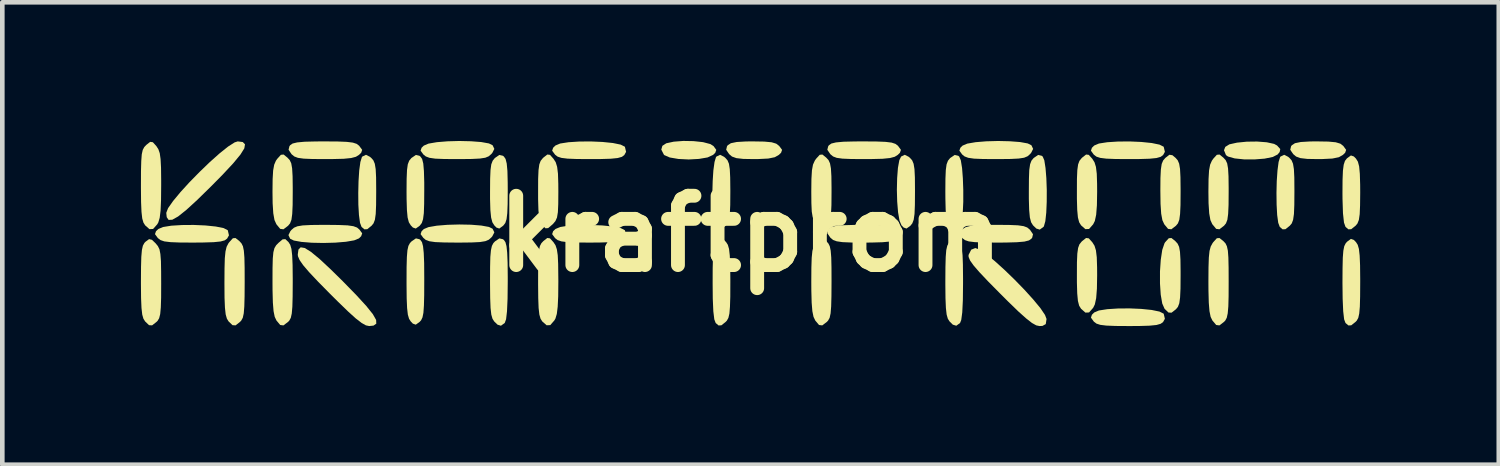
<source format=kicad_pcb>
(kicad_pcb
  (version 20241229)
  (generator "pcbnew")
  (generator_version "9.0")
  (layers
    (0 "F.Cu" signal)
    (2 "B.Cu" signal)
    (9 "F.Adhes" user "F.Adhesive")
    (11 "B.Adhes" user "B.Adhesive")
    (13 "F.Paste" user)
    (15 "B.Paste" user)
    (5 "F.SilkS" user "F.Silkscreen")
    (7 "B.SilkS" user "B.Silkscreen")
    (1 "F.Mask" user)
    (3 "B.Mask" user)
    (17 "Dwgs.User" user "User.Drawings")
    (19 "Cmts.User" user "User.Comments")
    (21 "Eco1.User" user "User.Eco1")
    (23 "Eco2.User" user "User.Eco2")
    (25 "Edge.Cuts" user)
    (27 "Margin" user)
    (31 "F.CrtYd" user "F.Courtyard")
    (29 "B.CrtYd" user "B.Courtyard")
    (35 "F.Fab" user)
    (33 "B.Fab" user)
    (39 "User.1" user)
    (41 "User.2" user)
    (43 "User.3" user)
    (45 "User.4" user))
  (footprint "kraftprom"
    (layer "F.Cu")
    (at 13.193 2.008)
    (property "Reference" "kraftprom" (at 0 0 0) (layer "F.SilkS") (effects (font (size 1.5 1.5) (thickness 0.3))))
    (attr board_only exclude_from_pos_files exclude_from_bom)
    (fp_poly (pts (xy -1.234 -2.004) (xy -1.029 -1.982) (xy -0.87 -1.94) (xy -0.802 -1.897) (xy -0.742 -1.815) (xy -0.764 -1.752) (xy -0.811 -1.706) (xy -0.93 -1.651) (xy -1.117 -1.619) (xy -1.339 -1.607) (xy -1.561 -1.618) (xy -1.749 -1.65) (xy -1.868 -1.702) (xy -1.876 -1.711) (xy -1.932 -1.82) (xy -1.909 -1.902) (xy -1.825 -1.957) (xy -1.663 -1.992) (xy -1.456 -2.008)) (stroke (width 0) (type solid)) (fill yes) (layer "F.SilkS"))
    (fp_poly (pts (xy 11.17 -1.979) (xy 11.33 -1.944) (xy 11.394 -1.909) (xy 11.463 -1.832) (xy 11.45 -1.768) (xy 11.406 -1.715) (xy 11.301 -1.661) (xy 11.123 -1.625) (xy 10.905 -1.608) (xy 10.678 -1.609) (xy 10.476 -1.63) (xy 10.331 -1.671) (xy 10.288 -1.702) (xy 10.245 -1.807) (xy 10.273 -1.879) (xy 10.361 -1.934) (xy 10.526 -1.971) (xy 10.737 -1.992) (xy 10.962 -1.995)) (stroke (width 0) (type solid)) (fill yes) (layer "F.SilkS"))
    (fp_poly (pts (xy 0.296 -1.994) (xy 0.456 -1.979) (xy 0.555 -1.949) (xy 0.62 -1.899) (xy 0.621 -1.897) (xy 0.682 -1.815) (xy 0.66 -1.752) (xy 0.612 -1.706) (xy 0.525 -1.656) (xy 0.384 -1.627) (xy 0.166 -1.616) (xy 0.073 -1.615) (xy -0.158 -1.619) (xy -0.307 -1.636) (xy -0.402 -1.67) (xy -0.464 -1.723) (xy -0.528 -1.817) (xy -0.51 -1.893) (xy -0.494 -1.915) (xy -0.426 -1.959) (xy -0.3 -1.985) (xy -0.094 -1.997) (xy 0.053 -1.998)) (stroke (width 0) (type solid)) (fill yes) (layer "F.SilkS"))
    (fp_poly (pts (xy 12.504 -1.994) (xy 12.663 -1.979) (xy 12.763 -1.949) (xy 12.828 -1.899) (xy 12.829 -1.897) (xy 12.889 -1.815) (xy 12.867 -1.752) (xy 12.819 -1.706) (xy 12.732 -1.656) (xy 12.591 -1.627) (xy 12.373 -1.616) (xy 12.28 -1.615) (xy 12.049 -1.619) (xy 11.9 -1.636) (xy 11.806 -1.67) (xy 11.743 -1.723) (xy 11.679 -1.817) (xy 11.697 -1.893) (xy 11.714 -1.915) (xy 11.781 -1.959) (xy 11.908 -1.985) (xy 12.113 -1.997) (xy 12.26 -1.998)) (stroke (width 0) (type solid)) (fill yes) (layer "F.SilkS"))
    (fp_poly (pts (xy -10.989 -1.984) (xy -10.941 -1.935) (xy -10.956 -1.847) (xy -11.04 -1.713) (xy -11.195 -1.525) (xy -11.426 -1.277) (xy -11.674 -1.026) (xy -11.975 -0.731) (xy -12.211 -0.515) (xy -12.389 -0.373) (xy -12.514 -0.303) (xy -12.594 -0.299) (xy -12.635 -0.358) (xy -12.645 -0.452) (xy -12.606 -0.553) (xy -12.498 -0.707) (xy -12.338 -0.9) (xy -12.142 -1.115) (xy -11.924 -1.337) (xy -11.702 -1.551) (xy -11.491 -1.739) (xy -11.307 -1.886) (xy -11.165 -1.977) (xy -11.098 -1.998)) (stroke (width 0) (type solid)) (fill yes) (layer "F.SilkS"))
    (fp_poly (pts (xy -11.798 -0.179) (xy -11.574 -0.156) (xy -11.404 -0.122) (xy -11.315 -0.076) (xy -11.313 -0.073) (xy -11.288 0.035) (xy -11.328 0.105) (xy -11.379 0.143) (xy -11.47 0.168) (xy -11.621 0.183) (xy -11.849 0.19) (xy -12.069 0.192) (xy -12.357 0.19) (xy -12.556 0.182) (xy -12.687 0.166) (xy -12.769 0.138) (xy -12.823 0.097) (xy -12.829 0.091) (xy -12.889 0.009) (xy -12.867 -0.054) (xy -12.817 -0.102) (xy -12.715 -0.145) (xy -12.535 -0.174) (xy -12.305 -0.188) (xy -12.051 -0.19)) (stroke (width 0) (type solid)) (fill yes) (layer "F.SilkS"))
    (fp_poly (pts (xy -8.915 -0.189) (xy -8.722 -0.181) (xy -8.596 -0.163) (xy -8.517 -0.134) (xy -8.466 -0.091) (xy -8.405 -0.009) (xy -8.427 0.054) (xy -8.475 0.101) (xy -8.577 0.143) (xy -8.757 0.174) (xy -8.988 0.193) (xy -9.243 0.2) (xy -9.496 0.195) (xy -9.719 0.177) (xy -9.885 0.147) (xy -9.964 0.108) (xy -10.001 0.03) (xy -9.959 -0.055) (xy -9.935 -0.083) (xy -9.881 -0.13) (xy -9.807 -0.161) (xy -9.691 -0.18) (xy -9.512 -0.189) (xy -9.248 -0.192) (xy -9.197 -0.192)) (stroke (width 0) (type solid)) (fill yes) (layer "F.SilkS"))
    (fp_poly (pts (xy -6.05 -2.001) (xy -5.828 -1.984) (xy -5.662 -1.954) (xy -5.583 -1.915) (xy -5.545 -1.836) (xy -5.588 -1.751) (xy -5.612 -1.723) (xy -5.666 -1.676) (xy -5.74 -1.645) (xy -5.856 -1.627) (xy -6.035 -1.618) (xy -6.298 -1.615) (xy -6.35 -1.615) (xy -6.632 -1.617) (xy -6.825 -1.625) (xy -6.95 -1.643) (xy -7.029 -1.673) (xy -7.081 -1.715) (xy -7.141 -1.798) (xy -7.119 -1.861) (xy -7.071 -1.907) (xy -6.97 -1.95) (xy -6.79 -1.981) (xy -6.558 -2) (xy -6.303 -2.007)) (stroke (width 0) (type solid)) (fill yes) (layer "F.SilkS"))
    (fp_poly (pts (xy -6.05 -0.195) (xy -5.828 -0.177) (xy -5.662 -0.147) (xy -5.583 -0.108) (xy -5.545 -0.03) (xy -5.588 0.055) (xy -5.612 0.083) (xy -5.666 0.13) (xy -5.74 0.161) (xy -5.856 0.18) (xy -6.035 0.189) (xy -6.298 0.192) (xy -6.35 0.192) (xy -6.632 0.189) (xy -6.825 0.181) (xy -6.95 0.163) (xy -7.029 0.134) (xy -7.081 0.091) (xy -7.141 0.009) (xy -7.119 -0.054) (xy -7.071 -0.101) (xy -6.97 -0.143) (xy -6.79 -0.174) (xy -6.558 -0.193) (xy -6.303 -0.2)) (stroke (width 0) (type solid)) (fill yes) (layer "F.SilkS"))
    (fp_poly (pts (xy -3.204 -1.986) (xy -2.979 -1.963) (xy -2.81 -1.928) (xy -2.721 -1.883) (xy -2.719 -1.879) (xy -2.694 -1.772) (xy -2.733 -1.702) (xy -2.784 -1.664) (xy -2.876 -1.638) (xy -3.026 -1.623) (xy -3.254 -1.616) (xy -3.474 -1.615) (xy -3.763 -1.617) (xy -3.962 -1.625) (xy -4.092 -1.641) (xy -4.175 -1.668) (xy -4.229 -1.709) (xy -4.234 -1.715) (xy -4.294 -1.797) (xy -4.273 -1.86) (xy -4.223 -1.909) (xy -4.121 -1.952) (xy -3.941 -1.98) (xy -3.711 -1.995) (xy -3.456 -1.997)) (stroke (width 0) (type solid)) (fill yes) (layer "F.SilkS"))
    (fp_poly (pts (xy -3.204 -0.179) (xy -2.979 -0.156) (xy -2.81 -0.122) (xy -2.721 -0.076) (xy -2.719 -0.073) (xy -2.694 0.035) (xy -2.733 0.105) (xy -2.784 0.143) (xy -2.876 0.168) (xy -3.026 0.183) (xy -3.254 0.19) (xy -3.474 0.192) (xy -3.763 0.19) (xy -3.962 0.182) (xy -4.092 0.166) (xy -4.175 0.138) (xy -4.229 0.097) (xy -4.234 0.091) (xy -4.294 0.009) (xy -4.273 -0.054) (xy -4.223 -0.102) (xy -4.121 -0.145) (xy -3.941 -0.174) (xy -3.711 -0.188) (xy -3.456 -0.19)) (stroke (width 0) (type solid)) (fill yes) (layer "F.SilkS"))
    (fp_poly (pts (xy 3.422 -1.665) (xy 3.45 -1.641) (xy 3.497 -1.588) (xy 3.528 -1.514) (xy 3.547 -1.398) (xy 3.556 -1.219) (xy 3.558 -0.955) (xy 3.558 -0.903) (xy 3.556 -0.622) (xy 3.548 -0.428) (xy 3.53 -0.303) (xy 3.5 -0.224) (xy 3.458 -0.172) (xy 3.375 -0.112) (xy 3.312 -0.134) (xy 3.266 -0.182) (xy 3.223 -0.284) (xy 3.192 -0.464) (xy 3.173 -0.695) (xy 3.166 -0.95) (xy 3.172 -1.203) (xy 3.189 -1.425) (xy 3.219 -1.591) (xy 3.258 -1.67) (xy 3.337 -1.708)) (stroke (width 0) (type solid)) (fill yes) (layer "F.SilkS"))
    (fp_poly (pts (xy 5.609 -2.001) (xy 5.832 -1.984) (xy 5.998 -1.954) (xy 6.077 -1.915) (xy 6.115 -1.836) (xy 6.072 -1.751) (xy 6.048 -1.723) (xy 5.994 -1.676) (xy 5.92 -1.645) (xy 5.804 -1.627) (xy 5.625 -1.618) (xy 5.362 -1.615) (xy 5.31 -1.615) (xy 5.028 -1.617) (xy 4.835 -1.625) (xy 4.71 -1.643) (xy 4.631 -1.673) (xy 4.579 -1.715) (xy 4.519 -1.798) (xy 4.541 -1.861) (xy 4.588 -1.907) (xy 4.69 -1.95) (xy 4.87 -1.981) (xy 5.101 -2) (xy 5.357 -2.007)) (stroke (width 0) (type solid)) (fill yes) (layer "F.SilkS"))
    (fp_poly (pts (xy 8.456 -1.986) (xy 8.681 -1.963) (xy 8.85 -1.928) (xy 8.939 -1.883) (xy 8.941 -1.879) (xy 8.966 -1.772) (xy 8.927 -1.702) (xy 8.875 -1.664) (xy 8.784 -1.638) (xy 8.633 -1.623) (xy 8.405 -1.616) (xy 8.186 -1.615) (xy 7.897 -1.617) (xy 7.698 -1.625) (xy 7.568 -1.641) (xy 7.485 -1.668) (xy 7.431 -1.709) (xy 7.425 -1.715) (xy 7.366 -1.797) (xy 7.387 -1.86) (xy 7.437 -1.909) (xy 7.539 -1.952) (xy 7.719 -1.98) (xy 7.949 -1.995) (xy 8.204 -1.997)) (stroke (width 0) (type solid)) (fill yes) (layer "F.SilkS"))
    (fp_poly (pts (xy 8.456 1.627) (xy 8.681 1.65) (xy 8.85 1.685) (xy 8.939 1.73) (xy 8.941 1.733) (xy 8.966 1.841) (xy 8.927 1.911) (xy 8.875 1.949) (xy 8.784 1.975) (xy 8.633 1.99) (xy 8.405 1.997) (xy 8.186 1.998) (xy 7.897 1.996) (xy 7.698 1.988) (xy 7.568 1.972) (xy 7.485 1.945) (xy 7.431 1.904) (xy 7.425 1.897) (xy 7.366 1.816) (xy 7.387 1.753) (xy 7.437 1.704) (xy 7.539 1.661) (xy 7.719 1.633) (xy 7.949 1.618) (xy 8.204 1.616)) (stroke (width 0) (type solid)) (fill yes) (layer "F.SilkS"))
    (fp_poly (pts (xy 9.191 0.159) (xy 9.241 0.214) (xy 9.274 0.285) (xy 9.293 0.393) (xy 9.303 0.562) (xy 9.306 0.812) (xy 9.306 0.903) (xy 9.304 1.185) (xy 9.295 1.378) (xy 9.278 1.504) (xy 9.248 1.583) (xy 9.206 1.634) (xy 9.11 1.709) (xy 9.043 1.705) (xy 8.959 1.624) (xy 8.909 1.51) (xy 8.876 1.318) (xy 8.86 1.076) (xy 8.86 0.815) (xy 8.877 0.563) (xy 8.909 0.35) (xy 8.958 0.206) (xy 8.972 0.184) (xy 9.05 0.098) (xy 9.108 0.093)) (stroke (width 0) (type solid)) (fill yes) (layer "F.SilkS"))
    (fp_poly (pts (xy -9.648 0.309) (xy -9.513 0.393) (xy -9.325 0.548) (xy -9.078 0.779) (xy -8.826 1.027) (xy -8.532 1.328) (xy -8.316 1.564) (xy -8.174 1.741) (xy -8.103 1.867) (xy -8.1 1.947) (xy -8.159 1.988) (xy -8.253 1.998) (xy -8.325 1.983) (xy -8.417 1.931) (xy -8.543 1.834) (xy -8.712 1.681) (xy -8.938 1.462) (xy -9.102 1.299) (xy -9.363 1.034) (xy -9.554 0.831) (xy -9.683 0.68) (xy -9.76 0.569) (xy -9.795 0.487) (xy -9.799 0.451) (xy -9.784 0.342) (xy -9.736 0.294)) (stroke (width 0) (type solid)) (fill yes) (layer "F.SilkS"))
    (fp_poly (pts (xy -8.238 -1.665) (xy -8.21 -1.641) (xy -8.163 -1.588) (xy -8.132 -1.514) (xy -8.113 -1.398) (xy -8.104 -1.219) (xy -8.102 -0.955) (xy -8.102 -0.903) (xy -8.104 -0.621) (xy -8.112 -0.428) (xy -8.13 -0.302) (xy -8.16 -0.224) (xy -8.202 -0.173) (xy -8.295 -0.098) (xy -8.357 -0.095) (xy -8.419 -0.148) (xy -8.452 -0.236) (xy -8.475 -0.405) (xy -8.488 -0.629) (xy -8.49 -0.882) (xy -8.484 -1.138) (xy -8.469 -1.371) (xy -8.444 -1.553) (xy -8.411 -1.659) (xy -8.402 -1.67) (xy -8.323 -1.708)) (stroke (width 0) (type solid)) (fill yes) (layer "F.SilkS"))
    (fp_poly (pts (xy -0.574 -1.665) (xy -0.546 -1.641) (xy -0.499 -1.588) (xy -0.468 -1.514) (xy -0.45 -1.398) (xy -0.441 -1.219) (xy -0.438 -0.955) (xy -0.438 -0.903) (xy -0.44 -0.621) (xy -0.449 -0.428) (xy -0.466 -0.302) (xy -0.496 -0.224) (xy -0.538 -0.173) (xy -0.632 -0.098) (xy -0.693 -0.095) (xy -0.755 -0.148) (xy -0.788 -0.236) (xy -0.811 -0.405) (xy -0.824 -0.629) (xy -0.827 -0.882) (xy -0.82 -1.138) (xy -0.805 -1.371) (xy -0.78 -1.553) (xy -0.748 -1.659) (xy -0.738 -1.67) (xy -0.659 -1.708)) (stroke (width 0) (type solid)) (fill yes) (layer "F.SilkS"))
    (fp_poly (pts (xy 4.494 -1.687) (xy 4.515 -1.67) (xy 4.55 -1.588) (xy 4.577 -1.422) (xy 4.594 -1.2) (xy 4.603 -0.948) (xy 4.603 -0.691) (xy 4.592 -0.457) (xy 4.572 -0.272) (xy 4.542 -0.161) (xy 4.533 -0.148) (xy 4.452 -0.089) (xy 4.377 -0.112) (xy 4.306 -0.182) (xy 4.265 -0.248) (xy 4.238 -0.352) (xy 4.222 -0.514) (xy 4.216 -0.755) (xy 4.215 -0.913) (xy 4.217 -1.19) (xy 4.225 -1.379) (xy 4.242 -1.502) (xy 4.272 -1.58) (xy 4.317 -1.636) (xy 4.324 -1.641) (xy 4.418 -1.705)) (stroke (width 0) (type solid)) (fill yes) (layer "F.SilkS"))
    (fp_poly (pts (xy 6.3 -1.687) (xy 6.322 -1.67) (xy 6.357 -1.588) (xy 6.383 -1.422) (xy 6.401 -1.2) (xy 6.41 -0.948) (xy 6.409 -0.691) (xy 6.399 -0.457) (xy 6.379 -0.272) (xy 6.348 -0.161) (xy 6.339 -0.148) (xy 6.258 -0.089) (xy 6.184 -0.112) (xy 6.112 -0.182) (xy 6.071 -0.248) (xy 6.044 -0.352) (xy 6.029 -0.514) (xy 6.022 -0.755) (xy 6.022 -0.913) (xy 6.024 -1.19) (xy 6.031 -1.379) (xy 6.049 -1.502) (xy 6.078 -1.58) (xy 6.124 -1.636) (xy 6.13 -1.641) (xy 6.224 -1.705)) (stroke (width 0) (type solid)) (fill yes) (layer "F.SilkS"))
    (fp_poly (pts (xy 7.319 -1.707) (xy 7.395 -1.622) (xy 7.443 -1.546) (xy 7.474 -1.446) (xy 7.492 -1.298) (xy 7.499 -1.077) (xy 7.5 -0.909) (xy 7.495 -0.615) (xy 7.479 -0.411) (xy 7.45 -0.276) (xy 7.414 -0.204) (xy 7.325 -0.103) (xy 7.246 -0.099) (xy 7.152 -0.182) (xy 7.111 -0.248) (xy 7.084 -0.352) (xy 7.069 -0.514) (xy 7.062 -0.755) (xy 7.062 -0.913) (xy 7.063 -1.188) (xy 7.071 -1.376) (xy 7.088 -1.499) (xy 7.117 -1.577) (xy 7.163 -1.634) (xy 7.176 -1.647) (xy 7.261 -1.714)) (stroke (width 0) (type solid)) (fill yes) (layer "F.SilkS"))
    (fp_poly (pts (xy 7.319 0.1) (xy 7.395 0.184) (xy 7.443 0.26) (xy 7.474 0.36) (xy 7.492 0.509) (xy 7.499 0.729) (xy 7.5 0.897) (xy 7.495 1.191) (xy 7.479 1.395) (xy 7.45 1.53) (xy 7.414 1.603) (xy 7.325 1.704) (xy 7.246 1.707) (xy 7.152 1.624) (xy 7.111 1.558) (xy 7.084 1.454) (xy 7.069 1.292) (xy 7.062 1.052) (xy 7.062 0.894) (xy 7.063 0.618) (xy 7.071 0.43) (xy 7.088 0.308) (xy 7.117 0.229) (xy 7.163 0.172) (xy 7.176 0.159) (xy 7.261 0.092)) (stroke (width 0) (type solid)) (fill yes) (layer "F.SilkS"))
    (fp_poly (pts (xy 11.633 -1.665) (xy 11.661 -1.641) (xy 11.708 -1.588) (xy 11.739 -1.514) (xy 11.758 -1.398) (xy 11.767 -1.219) (xy 11.769 -0.955) (xy 11.769 -0.903) (xy 11.767 -0.621) (xy 11.759 -0.428) (xy 11.741 -0.302) (xy 11.712 -0.224) (xy 11.669 -0.173) (xy 11.576 -0.098) (xy 11.514 -0.095) (xy 11.452 -0.148) (xy 11.419 -0.236) (xy 11.396 -0.405) (xy 11.384 -0.629) (xy 11.381 -0.882) (xy 11.387 -1.138) (xy 11.403 -1.371) (xy 11.427 -1.553) (xy 11.46 -1.659) (xy 11.469 -1.67) (xy 11.548 -1.708)) (stroke (width 0) (type solid)) (fill yes) (layer "F.SilkS"))
    (fp_poly (pts (xy 13.055 -1.672) (xy 13.102 -1.625) (xy 13.143 -1.559) (xy 13.17 -1.456) (xy 13.185 -1.295) (xy 13.192 -1.056) (xy 13.193 -0.894) (xy 13.19 -0.614) (xy 13.182 -0.423) (xy 13.164 -0.299) (xy 13.133 -0.221) (xy 13.093 -0.173) (xy 12.999 -0.098) (xy 12.938 -0.095) (xy 12.875 -0.148) (xy 12.842 -0.241) (xy 12.82 -0.442) (xy 12.81 -0.751) (xy 12.809 -0.878) (xy 12.811 -1.166) (xy 12.819 -1.364) (xy 12.836 -1.494) (xy 12.863 -1.576) (xy 12.905 -1.63) (xy 12.91 -1.634) (xy 12.992 -1.694)) (stroke (width 0) (type solid)) (fill yes) (layer "F.SilkS"))
    (fp_poly (pts (xy -10.023 -1.647) (xy -9.973 -1.593) (xy -9.94 -1.522) (xy -9.921 -1.413) (xy -9.911 -1.244) (xy -9.908 -0.994) (xy -9.908 -0.903) (xy -9.91 -0.621) (xy -9.919 -0.428) (xy -9.936 -0.302) (xy -9.966 -0.224) (xy -10.008 -0.173) (xy -10.109 -0.096) (xy -10.179 -0.105) (xy -10.261 -0.204) (xy -10.261 -0.204) (xy -10.303 -0.296) (xy -10.329 -0.442) (xy -10.343 -0.66) (xy -10.346 -0.909) (xy -10.343 -1.182) (xy -10.332 -1.369) (xy -10.309 -1.494) (xy -10.272 -1.58) (xy -10.242 -1.622) (xy -10.164 -1.708) (xy -10.106 -1.714)) (stroke (width 0) (type solid)) (fill yes) (layer "F.SilkS"))
    (fp_poly (pts (xy 1.637 -1.647) (xy 1.687 -1.593) (xy 1.719 -1.522) (xy 1.739 -1.413) (xy 1.749 -1.244) (xy 1.752 -0.994) (xy 1.752 -0.903) (xy 1.75 -0.621) (xy 1.741 -0.428) (xy 1.723 -0.302) (xy 1.694 -0.224) (xy 1.652 -0.173) (xy 1.576 -0.117) (xy 1.513 -0.132) (xy 1.433 -0.209) (xy 1.379 -0.277) (xy 1.344 -0.359) (xy 1.324 -0.48) (xy 1.316 -0.663) (xy 1.314 -0.914) (xy 1.317 -1.186) (xy 1.328 -1.372) (xy 1.351 -1.496) (xy 1.39 -1.582) (xy 1.418 -1.622) (xy 1.496 -1.708) (xy 1.554 -1.714)) (stroke (width 0) (type solid)) (fill yes) (layer "F.SilkS"))
    (fp_poly (pts (xy 4.954 0.341) (xy 5.1 0.441) (xy 5.286 0.593) (xy 5.496 0.783) (xy 5.715 0.995) (xy 5.928 1.214) (xy 6.118 1.424) (xy 6.272 1.61) (xy 6.372 1.758) (xy 6.405 1.845) (xy 6.388 1.956) (xy 6.316 1.995) (xy 6.253 1.998) (xy 6.182 1.983) (xy 6.09 1.932) (xy 5.965 1.834) (xy 5.795 1.682) (xy 5.57 1.464) (xy 5.4 1.294) (xy 5.141 1.032) (xy 4.952 0.832) (xy 4.825 0.685) (xy 4.75 0.579) (xy 4.718 0.502) (xy 4.717 0.46) (xy 4.775 0.345) (xy 4.863 0.31)) (stroke (width 0) (type solid)) (fill yes) (layer "F.SilkS"))
    (fp_poly (pts (xy 10.231 -1.647) (xy 10.281 -1.593) (xy 10.314 -1.522) (xy 10.333 -1.413) (xy 10.343 -1.244) (xy 10.346 -0.994) (xy 10.346 -0.903) (xy 10.344 -0.621) (xy 10.335 -0.428) (xy 10.318 -0.302) (xy 10.288 -0.224) (xy 10.246 -0.173) (xy 10.146 -0.096) (xy 10.076 -0.105) (xy 9.994 -0.204) (xy 9.993 -0.204) (xy 9.951 -0.296) (xy 9.925 -0.442) (xy 9.911 -0.66) (xy 9.908 -0.909) (xy 9.911 -1.182) (xy 9.922 -1.369) (xy 9.945 -1.494) (xy 9.983 -1.58) (xy 10.012 -1.622) (xy 10.09 -1.708) (xy 10.148 -1.714)) (stroke (width 0) (type solid)) (fill yes) (layer "F.SilkS"))
    (fp_poly (pts (xy -8.937 -1.996) (xy -8.738 -1.988) (xy -8.608 -1.972) (xy -8.525 -1.945) (xy -8.471 -1.904) (xy -8.466 -1.897) (xy -8.405 -1.815) (xy -8.427 -1.752) (xy -8.475 -1.706) (xy -8.541 -1.665) (xy -8.644 -1.638) (xy -8.805 -1.622) (xy -9.044 -1.616) (xy -9.206 -1.615) (xy -9.483 -1.617) (xy -9.672 -1.625) (xy -9.795 -1.642) (xy -9.874 -1.672) (xy -9.929 -1.717) (xy -9.935 -1.723) (xy -9.998 -1.817) (xy -9.98 -1.893) (xy -9.964 -1.915) (xy -9.911 -1.952) (xy -9.812 -1.976) (xy -9.65 -1.991) (xy -9.406 -1.997) (xy -9.226 -1.998)) (stroke (width 0) (type solid)) (fill yes) (layer "F.SilkS"))
    (fp_poly (pts (xy -7.166 -1.687) (xy -7.145 -1.67) (xy -7.108 -1.618) (xy -7.083 -1.519) (xy -7.069 -1.357) (xy -7.062 -1.113) (xy -7.062 -0.932) (xy -7.064 -0.644) (xy -7.071 -0.445) (xy -7.088 -0.314) (xy -7.115 -0.232) (xy -7.156 -0.178) (xy -7.162 -0.172) (xy -7.245 -0.112) (xy -7.308 -0.134) (xy -7.354 -0.182) (xy -7.395 -0.248) (xy -7.422 -0.351) (xy -7.437 -0.512) (xy -7.444 -0.751) (xy -7.445 -0.913) (xy -7.443 -1.19) (xy -7.435 -1.379) (xy -7.418 -1.502) (xy -7.388 -1.58) (xy -7.342 -1.636) (xy -7.336 -1.641) (xy -7.242 -1.705)) (stroke (width 0) (type solid)) (fill yes) (layer "F.SilkS"))
    (fp_poly (pts (xy -5.36 -1.687) (xy -5.338 -1.67) (xy -5.302 -1.618) (xy -5.277 -1.519) (xy -5.262 -1.357) (xy -5.256 -1.113) (xy -5.255 -0.932) (xy -5.257 -0.644) (xy -5.265 -0.445) (xy -5.281 -0.314) (xy -5.308 -0.232) (xy -5.35 -0.178) (xy -5.356 -0.172) (xy -5.438 -0.112) (xy -5.501 -0.134) (xy -5.547 -0.182) (xy -5.588 -0.248) (xy -5.615 -0.351) (xy -5.631 -0.512) (xy -5.638 -0.751) (xy -5.638 -0.913) (xy -5.636 -1.19) (xy -5.628 -1.379) (xy -5.611 -1.502) (xy -5.581 -1.58) (xy -5.536 -1.636) (xy -5.53 -1.641) (xy -5.436 -1.705)) (stroke (width 0) (type solid)) (fill yes) (layer "F.SilkS"))
    (fp_poly (pts (xy -0.575 0.134) (xy -0.529 0.182) (xy -0.492 0.24) (xy -0.466 0.33) (xy -0.45 0.471) (xy -0.441 0.681) (xy -0.438 0.979) (xy -0.438 1.05) (xy -0.439 1.36) (xy -0.446 1.579) (xy -0.458 1.727) (xy -0.48 1.821) (xy -0.513 1.881) (xy -0.538 1.907) (xy -0.632 1.982) (xy -0.693 1.985) (xy -0.755 1.932) (xy -0.785 1.853) (xy -0.806 1.679) (xy -0.818 1.406) (xy -0.821 1.065) (xy -0.82 0.748) (xy -0.814 0.521) (xy -0.802 0.368) (xy -0.782 0.269) (xy -0.752 0.207) (xy -0.721 0.172) (xy -0.638 0.112)) (stroke (width 0) (type solid)) (fill yes) (layer "F.SilkS"))
    (fp_poly (pts (xy 2.723 -1.996) (xy 2.922 -1.988) (xy 3.052 -1.972) (xy 3.134 -1.945) (xy 3.189 -1.904) (xy 3.194 -1.897) (xy 3.254 -1.815) (xy 3.232 -1.752) (xy 3.185 -1.706) (xy 3.119 -1.665) (xy 3.016 -1.638) (xy 2.855 -1.622) (xy 2.616 -1.616) (xy 2.454 -1.615) (xy 2.177 -1.617) (xy 1.988 -1.625) (xy 1.865 -1.642) (xy 1.786 -1.672) (xy 1.731 -1.717) (xy 1.725 -1.723) (xy 1.661 -1.817) (xy 1.68 -1.893) (xy 1.696 -1.915) (xy 1.749 -1.952) (xy 1.848 -1.976) (xy 2.01 -1.991) (xy 2.254 -1.997) (xy 2.434 -1.998)) (stroke (width 0) (type solid)) (fill yes) (layer "F.SilkS"))
    (fp_poly (pts (xy 2.723 -0.19) (xy 2.922 -0.182) (xy 3.052 -0.166) (xy 3.134 -0.138) (xy 3.189 -0.097) (xy 3.194 -0.091) (xy 3.254 -0.009) (xy 3.232 0.054) (xy 3.185 0.101) (xy 3.119 0.142) (xy 3.016 0.169) (xy 2.855 0.184) (xy 2.616 0.191) (xy 2.454 0.192) (xy 2.177 0.19) (xy 1.988 0.182) (xy 1.865 0.164) (xy 1.786 0.135) (xy 1.731 0.089) (xy 1.725 0.083) (xy 1.661 -0.011) (xy 1.68 -0.087) (xy 1.696 -0.108) (xy 1.749 -0.145) (xy 1.848 -0.17) (xy 2.01 -0.184) (xy 2.254 -0.191) (xy 2.434 -0.192)) (stroke (width 0) (type solid)) (fill yes) (layer "F.SilkS"))
    (fp_poly (pts (xy 4.461 0.134) (xy 4.507 0.182) (xy 4.544 0.239) (xy 4.57 0.328) (xy 4.586 0.466) (xy 4.595 0.672) (xy 4.598 0.963) (xy 4.598 1.075) (xy 4.594 1.441) (xy 4.581 1.703) (xy 4.559 1.867) (xy 4.533 1.932) (xy 4.452 1.991) (xy 4.377 1.968) (xy 4.306 1.898) (xy 4.269 1.84) (xy 4.243 1.749) (xy 4.227 1.607) (xy 4.218 1.395) (xy 4.215 1.096) (xy 4.215 1.031) (xy 4.217 0.72) (xy 4.223 0.501) (xy 4.235 0.354) (xy 4.257 0.259) (xy 4.29 0.199) (xy 4.316 0.172) (xy 4.398 0.112)) (stroke (width 0) (type solid)) (fill yes) (layer "F.SilkS"))
    (fp_poly (pts (xy 5.596 -0.19) (xy 5.786 -0.182) (xy 5.909 -0.164) (xy 5.987 -0.135) (xy 6.042 -0.089) (xy 6.048 -0.083) (xy 6.112 0.011) (xy 6.094 0.087) (xy 6.077 0.108) (xy 6.024 0.145) (xy 5.926 0.17) (xy 5.763 0.184) (xy 5.52 0.191) (xy 5.339 0.192) (xy 5.051 0.19) (xy 4.852 0.182) (xy 4.721 0.166) (xy 4.639 0.138) (xy 4.585 0.097) (xy 4.579 0.091) (xy 4.519 0.009) (xy 4.541 -0.054) (xy 4.588 -0.101) (xy 4.654 -0.142) (xy 4.757 -0.169) (xy 4.918 -0.184) (xy 5.157 -0.191) (xy 5.319 -0.192)) (stroke (width 0) (type solid)) (fill yes) (layer "F.SilkS"))
    (fp_poly (pts (xy 9.129 -1.699) (xy 9.197 -1.642) (xy 9.244 -1.588) (xy 9.275 -1.515) (xy 9.294 -1.4) (xy 9.303 -1.223) (xy 9.306 -0.962) (xy 9.306 -0.903) (xy 9.304 -0.621) (xy 9.295 -0.428) (xy 9.278 -0.302) (xy 9.248 -0.224) (xy 9.206 -0.173) (xy 9.106 -0.096) (xy 9.035 -0.105) (xy 8.953 -0.204) (xy 8.953 -0.204) (xy 8.912 -0.293) (xy 8.886 -0.433) (xy 8.872 -0.644) (xy 8.868 -0.934) (xy 8.87 -1.206) (xy 8.879 -1.39) (xy 8.897 -1.51) (xy 8.929 -1.586) (xy 8.977 -1.642) (xy 8.978 -1.642) (xy 9.064 -1.709)) (stroke (width 0) (type solid)) (fill yes) (layer "F.SilkS"))
    (fp_poly (pts (xy 13.055 0.134) (xy 13.102 0.182) (xy 13.139 0.24) (xy 13.165 0.33) (xy 13.181 0.471) (xy 13.19 0.681) (xy 13.193 0.979) (xy 13.193 1.05) (xy 13.191 1.36) (xy 13.185 1.579) (xy 13.172 1.727) (xy 13.151 1.821) (xy 13.118 1.881) (xy 13.093 1.907) (xy 12.999 1.982) (xy 12.938 1.985) (xy 12.875 1.932) (xy 12.845 1.853) (xy 12.825 1.679) (xy 12.813 1.406) (xy 12.809 1.065) (xy 12.811 0.748) (xy 12.816 0.521) (xy 12.828 0.368) (xy 12.848 0.269) (xy 12.879 0.207) (xy 12.91 0.172) (xy 12.992 0.112)) (stroke (width 0) (type solid)) (fill yes) (layer "F.SilkS"))
    (fp_poly (pts (xy -12.935 -1.98) (xy -12.859 -1.896) (xy -12.816 -1.829) (xy -12.786 -1.743) (xy -12.768 -1.615) (xy -12.758 -1.426) (xy -12.755 -1.155) (xy -12.755 -1.046) (xy -12.758 -0.728) (xy -12.768 -0.5) (xy -12.787 -0.345) (xy -12.817 -0.244) (xy -12.84 -0.204) (xy -12.93 -0.103) (xy -13.009 -0.099) (xy -13.102 -0.182) (xy -13.139 -0.241) (xy -13.165 -0.331) (xy -13.181 -0.473) (xy -13.19 -0.685) (xy -13.193 -0.984) (xy -13.193 -1.05) (xy -13.192 -1.356) (xy -13.186 -1.573) (xy -13.175 -1.719) (xy -13.154 -1.813) (xy -13.121 -1.875) (xy -13.078 -1.921) (xy -12.993 -1.988)) (stroke (width 0) (type solid)) (fill yes) (layer "F.SilkS"))
    (fp_poly (pts (xy -5.36 0.119) (xy -5.338 0.136) (xy -5.305 0.183) (xy -5.282 0.269) (xy -5.267 0.412) (xy -5.258 0.628) (xy -5.255 0.932) (xy -5.255 1.036) (xy -5.259 1.409) (xy -5.271 1.679) (xy -5.291 1.851) (xy -5.32 1.931) (xy -5.321 1.932) (xy -5.402 1.991) (xy -5.476 1.968) (xy -5.548 1.898) (xy -5.585 1.84) (xy -5.611 1.749) (xy -5.627 1.607) (xy -5.635 1.395) (xy -5.638 1.096) (xy -5.638 1.031) (xy -5.637 0.723) (xy -5.632 0.505) (xy -5.619 0.359) (xy -5.598 0.264) (xy -5.566 0.203) (xy -5.53 0.165) (xy -5.436 0.101)) (stroke (width 0) (type solid)) (fill yes) (layer "F.SilkS"))
    (fp_poly (pts (xy -4.341 -1.707) (xy -4.265 -1.622) (xy -4.217 -1.547) (xy -4.186 -1.447) (xy -4.168 -1.299) (xy -4.161 -1.079) (xy -4.16 -0.907) (xy -4.162 -0.643) (xy -4.17 -0.466) (xy -4.189 -0.351) (xy -4.223 -0.274) (xy -4.275 -0.212) (xy -4.288 -0.2) (xy -4.38 -0.122) (xy -4.438 -0.117) (xy -4.507 -0.181) (xy -4.507 -0.181) (xy -4.548 -0.247) (xy -4.575 -0.35) (xy -4.591 -0.51) (xy -4.598 -0.747) (xy -4.598 -0.913) (xy -4.597 -1.188) (xy -4.589 -1.376) (xy -4.572 -1.499) (xy -4.543 -1.577) (xy -4.497 -1.634) (xy -4.484 -1.647) (xy -4.399 -1.714)) (stroke (width 0) (type solid)) (fill yes) (layer "F.SilkS"))
    (fp_poly (pts (xy -4.341 0.1) (xy -4.265 0.184) (xy -4.221 0.251) (xy -4.192 0.338) (xy -4.173 0.465) (xy -4.164 0.654) (xy -4.161 0.925) (xy -4.16 1.034) (xy -4.163 1.353) (xy -4.174 1.58) (xy -4.193 1.735) (xy -4.223 1.836) (xy -4.246 1.876) (xy -4.335 1.978) (xy -4.414 1.981) (xy -4.508 1.898) (xy -4.545 1.84) (xy -4.571 1.749) (xy -4.587 1.607) (xy -4.595 1.395) (xy -4.598 1.096) (xy -4.598 1.031) (xy -4.597 0.724) (xy -4.592 0.507) (xy -4.58 0.361) (xy -4.559 0.267) (xy -4.527 0.205) (xy -4.484 0.159) (xy -4.399 0.092)) (stroke (width 0) (type solid)) (fill yes) (layer "F.SilkS"))
    (fp_poly (pts (xy -12.954 0.132) (xy -12.874 0.209) (xy -12.826 0.268) (xy -12.792 0.338) (xy -12.772 0.44) (xy -12.76 0.594) (xy -12.756 0.82) (xy -12.755 1.076) (xy -12.756 1.381) (xy -12.763 1.595) (xy -12.776 1.738) (xy -12.799 1.829) (xy -12.834 1.887) (xy -12.855 1.907) (xy -12.951 1.983) (xy -13.018 1.979) (xy -13.102 1.898) (xy -13.139 1.84) (xy -13.165 1.749) (xy -13.181 1.607) (xy -13.19 1.395) (xy -13.193 1.096) (xy -13.193 1.031) (xy -13.191 0.72) (xy -13.185 0.501) (xy -13.172 0.353) (xy -13.151 0.259) (xy -13.118 0.199) (xy -13.093 0.173) (xy -13.017 0.117)) (stroke (width 0) (type solid)) (fill yes) (layer "F.SilkS"))
    (fp_poly (pts (xy -11.063 0.159) (xy -11.018 0.208) (xy -10.986 0.271) (xy -10.966 0.367) (xy -10.954 0.515) (xy -10.949 0.735) (xy -10.948 1.04) (xy -10.95 1.352) (xy -10.956 1.574) (xy -10.968 1.723) (xy -10.989 1.819) (xy -11.022 1.879) (xy -11.048 1.907) (xy -11.144 1.983) (xy -11.211 1.979) (xy -11.296 1.898) (xy -11.333 1.838) (xy -11.359 1.746) (xy -11.375 1.601) (xy -11.384 1.385) (xy -11.386 1.08) (xy -11.386 1.056) (xy -11.384 0.749) (xy -11.378 0.531) (xy -11.363 0.383) (xy -11.339 0.283) (xy -11.302 0.211) (xy -11.282 0.184) (xy -11.204 0.098) (xy -11.146 0.093)) (stroke (width 0) (type solid)) (fill yes) (layer "F.SilkS"))
    (fp_poly (pts (xy -7.166 0.119) (xy -7.145 0.136) (xy -7.111 0.183) (xy -7.088 0.272) (xy -7.073 0.417) (xy -7.064 0.636) (xy -7.062 0.945) (xy -7.062 1.011) (xy -7.063 1.329) (xy -7.069 1.556) (xy -7.08 1.711) (xy -7.1 1.81) (xy -7.13 1.873) (xy -7.162 1.908) (xy -7.245 1.968) (xy -7.308 1.946) (xy -7.354 1.898) (xy -7.391 1.84) (xy -7.417 1.75) (xy -7.433 1.609) (xy -7.442 1.399) (xy -7.445 1.102) (xy -7.445 1.031) (xy -7.444 0.723) (xy -7.438 0.505) (xy -7.426 0.359) (xy -7.405 0.264) (xy -7.372 0.203) (xy -7.336 0.165) (xy -7.242 0.101)) (stroke (width 0) (type solid)) (fill yes) (layer "F.SilkS"))
    (fp_poly (pts (xy 1.637 0.159) (xy 1.682 0.208) (xy 1.714 0.271) (xy 1.734 0.367) (xy 1.746 0.515) (xy 1.751 0.735) (xy 1.752 1.04) (xy 1.75 1.352) (xy 1.744 1.574) (xy 1.732 1.723) (xy 1.711 1.819) (xy 1.678 1.879) (xy 1.652 1.907) (xy 1.551 1.984) (xy 1.481 1.975) (xy 1.399 1.877) (xy 1.399 1.876) (xy 1.362 1.798) (xy 1.337 1.676) (xy 1.322 1.492) (xy 1.315 1.227) (xy 1.314 1.034) (xy 1.316 0.732) (xy 1.323 0.518) (xy 1.338 0.373) (xy 1.364 0.276) (xy 1.402 0.205) (xy 1.418 0.184) (xy 1.496 0.098) (xy 1.554 0.093)) (stroke (width 0) (type solid)) (fill yes) (layer "F.SilkS"))
    (fp_poly (pts (xy 10.231 0.159) (xy 10.277 0.208) (xy 10.308 0.271) (xy 10.329 0.367) (xy 10.34 0.515) (xy 10.345 0.735) (xy 10.346 1.04) (xy 10.345 1.352) (xy 10.339 1.574) (xy 10.326 1.723) (xy 10.305 1.819) (xy 10.273 1.879) (xy 10.246 1.907) (xy 10.146 1.984) (xy 10.076 1.975) (xy 9.994 1.877) (xy 9.993 1.876) (xy 9.956 1.798) (xy 9.931 1.676) (xy 9.916 1.492) (xy 9.909 1.227) (xy 9.908 1.034) (xy 9.91 0.732) (xy 9.917 0.518) (xy 9.932 0.373) (xy 9.958 0.276) (xy 9.997 0.205) (xy 10.012 0.184) (xy 10.09 0.098) (xy 10.148 0.093)) (stroke (width 0) (type solid)) (fill yes) (layer "F.SilkS"))
    (fp_poly (pts (xy -10 0.181) (xy -10 0.181) (xy -9.962 0.24) (xy -9.936 0.329) (xy -9.92 0.47) (xy -9.911 0.678) (xy -9.908 0.974) (xy -9.908 1.05) (xy -9.91 1.36) (xy -9.916 1.579) (xy -9.929 1.727) (xy -9.95 1.821) (xy -9.983 1.881) (xy -10.008 1.907) (xy -10.109 1.984) (xy -10.179 1.975) (xy -10.261 1.877) (xy -10.261 1.876) (xy -10.298 1.798) (xy -10.323 1.675) (xy -10.338 1.49) (xy -10.345 1.225) (xy -10.346 1.037) (xy -10.345 0.743) (xy -10.34 0.538) (xy -10.327 0.401) (xy -10.304 0.312) (xy -10.267 0.25) (xy -10.219 0.2) (xy -10.127 0.122) (xy -10.068 0.117)) (stroke (width 0) (type solid)) (fill yes) (layer "F.SilkS")))
  (gr_rect
    (start -3 -3)
    (end 29.385 7.006)
    (stroke (width 0.1) (type default))
    (fill no)
    (layer "Edge.Cuts")))
</source>
